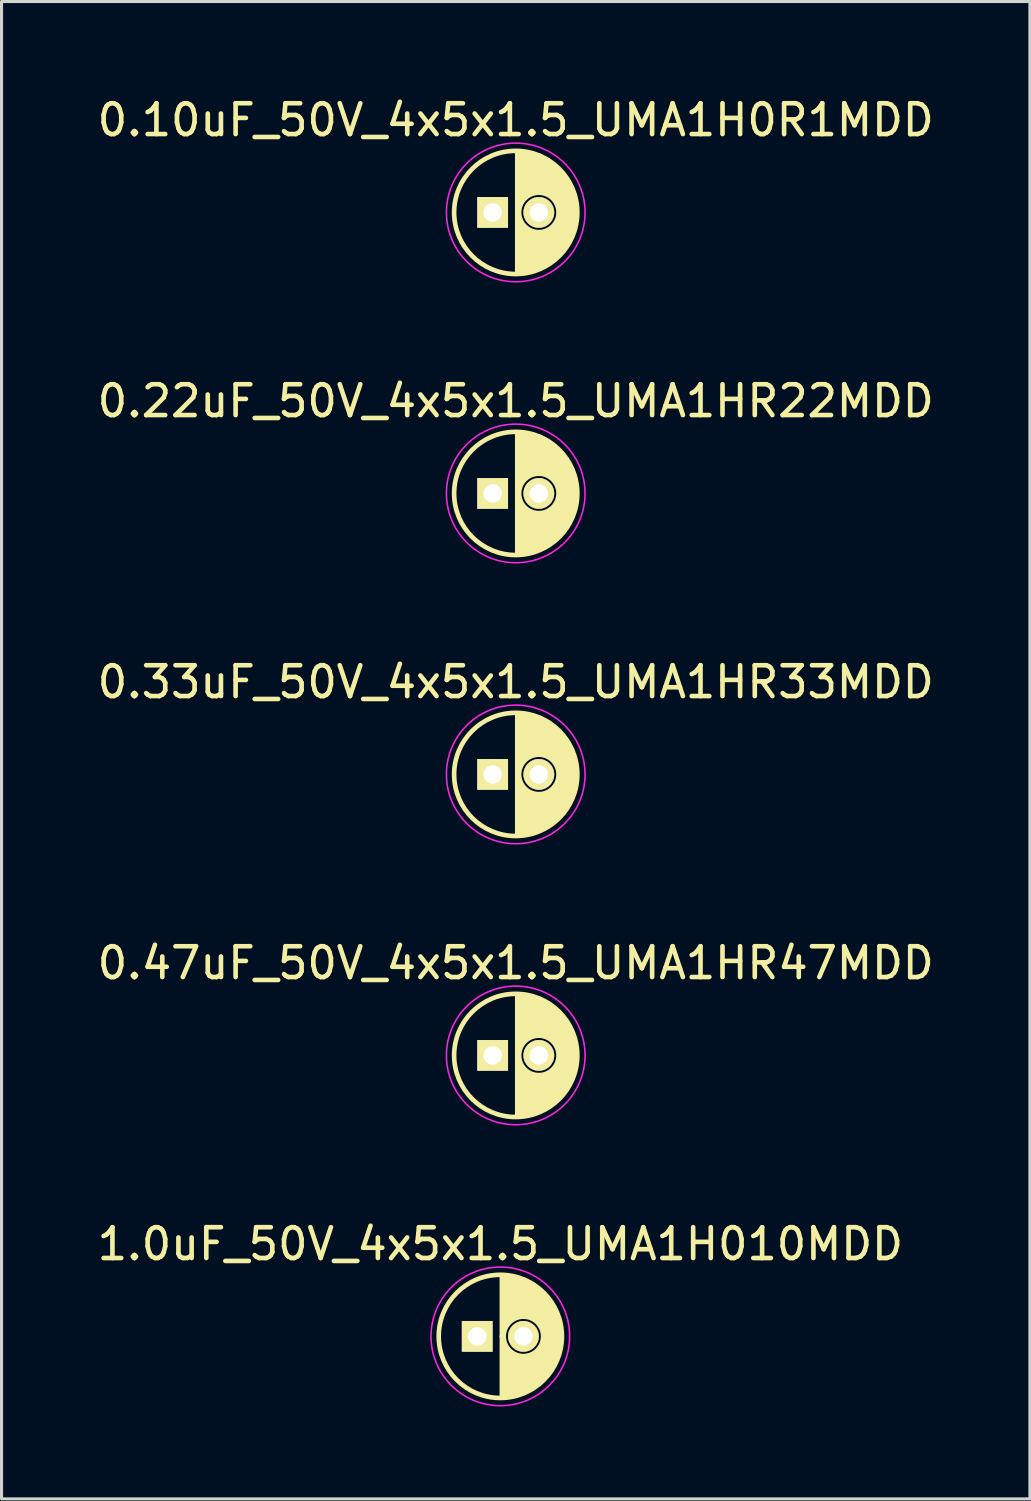
<source format=kicad_pcb>
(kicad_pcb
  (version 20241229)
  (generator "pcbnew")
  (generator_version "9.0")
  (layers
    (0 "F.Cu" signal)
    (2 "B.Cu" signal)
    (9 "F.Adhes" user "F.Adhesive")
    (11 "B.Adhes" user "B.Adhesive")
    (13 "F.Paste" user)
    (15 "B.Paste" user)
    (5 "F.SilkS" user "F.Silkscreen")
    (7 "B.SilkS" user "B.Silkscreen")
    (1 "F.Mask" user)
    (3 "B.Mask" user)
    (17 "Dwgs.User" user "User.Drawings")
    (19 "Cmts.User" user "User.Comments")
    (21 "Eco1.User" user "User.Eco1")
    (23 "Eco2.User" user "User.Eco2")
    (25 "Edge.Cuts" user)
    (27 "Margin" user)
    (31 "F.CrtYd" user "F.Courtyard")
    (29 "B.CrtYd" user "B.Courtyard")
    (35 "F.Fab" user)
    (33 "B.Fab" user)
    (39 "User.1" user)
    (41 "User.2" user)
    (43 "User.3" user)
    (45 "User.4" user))
  (footprint "0.10uF_50V_4x5x1.5_UMA1H0R1MDD"
    (layer "F.Cu")
    (at 13.696 3.848)
    (property "Reference" "0.10uF_50V_4x5x1.5_UMA1H0R1MDD" (at 0 -3 0) (layer "F.SilkS") (effects (font (size 1 1) (thickness 0.15))))
    (attr through_hole)
    (fp_line (start 0.05 0) (end 0.05 -1.95) (stroke (width 0.15) (type solid)) (layer "F.SilkS"))
    (fp_line (start 0.05 0) (end 0.05 1.95) (stroke (width 0.15) (type solid)) (layer "F.SilkS"))
    (fp_line (start 0.15 -1.95) (end 0.15 -0.35) (stroke (width 0.15) (type solid)) (layer "F.SilkS"))
    (fp_line (start 0.15 0.3) (end 0.15 1.95) (stroke (width 0.15) (type solid)) (layer "F.SilkS"))
    (fp_line (start 0.25 -0.5) (end 0.25 -1.9) (stroke (width 0.15) (type solid)) (layer "F.SilkS"))
    (fp_line (start 0.25 1.95) (end 0.25 0.45) (stroke (width 0.15) (type solid)) (layer "F.SilkS"))
    (fp_line (start 0.35 -1.95) (end 0.35 -0.55) (stroke (width 0.15) (type solid)) (layer "F.SilkS"))
    (fp_line (start 0.35 0.55) (end 0.35 1.95) (stroke (width 0.15) (type solid)) (layer "F.SilkS"))
    (fp_line (start 0.45 -0.6) (end 0.45 -1.9) (stroke (width 0.15) (type solid)) (layer "F.SilkS"))
    (fp_line (start 0.45 1.9) (end 0.45 0.6) (stroke (width 0.15) (type solid)) (layer "F.SilkS"))
    (fp_line (start 0.55 -1.9) (end 0.55 -0.7) (stroke (width 0.15) (type solid)) (layer "F.SilkS"))
    (fp_line (start 0.55 0.65) (end 0.55 1.85) (stroke (width 0.15) (type solid)) (layer "F.SilkS"))
    (fp_line (start 0.65 -0.65) (end 0.65 -1.85) (stroke (width 0.15) (type solid)) (layer "F.SilkS"))
    (fp_line (start 0.65 1.85) (end 0.65 0.65) (stroke (width 0.15) (type solid)) (layer "F.SilkS"))
    (fp_line (start 0.75 -1.85) (end 0.75 -0.7) (stroke (width 0.15) (type solid)) (layer "F.SilkS"))
    (fp_line (start 0.75 1.8) (end 0.75 0.7) (stroke (width 0.15) (type solid)) (layer "F.SilkS"))
    (fp_line (start 0.85 -1.8) (end 0.85 -0.7) (stroke (width 0.15) (type solid)) (layer "F.SilkS"))
    (fp_line (start 0.85 0.65) (end 0.85 1.75) (stroke (width 0.15) (type solid)) (layer "F.SilkS"))
    (fp_line (start 0.95 -0.65) (end 0.95 -1.7) (stroke (width 0.15) (type solid)) (layer "F.SilkS"))
    (fp_line (start 0.95 1.7) (end 0.95 0.7) (stroke (width 0.15) (type solid)) (layer "F.SilkS"))
    (fp_line (start 1.05 -1.7) (end 1.05 -0.6) (stroke (width 0.15) (type solid)) (layer "F.SilkS"))
    (fp_line (start 1.05 0.6) (end 1.05 1.65) (stroke (width 0.15) (type solid)) (layer "F.SilkS"))
    (fp_line (start 1.15 -0.55) (end 1.15 -1.6) (stroke (width 0.15) (type solid)) (layer "F.SilkS"))
    (fp_line (start 1.15 1.6) (end 1.15 0.55) (stroke (width 0.15) (type solid)) (layer "F.SilkS"))
    (fp_line (start 1.25 -1.5) (end 1.25 -0.5) (stroke (width 0.15) (type solid)) (layer "F.SilkS"))
    (fp_line (start 1.25 0.45) (end 1.25 1.5) (stroke (width 0.15) (type solid)) (layer "F.SilkS"))
    (fp_line (start 1.35 -0.3) (end 1.35 -1.4) (stroke (width 0.15) (type solid)) (layer "F.SilkS"))
    (fp_line (start 1.35 1.45) (end 1.35 0.3) (stroke (width 0.15) (type solid)) (layer "F.SilkS"))
    (fp_line (start 1.45 1.35) (end 1.45 -1.3) (stroke (width 0.15) (type solid)) (layer "F.SilkS"))
    (fp_line (start 1.55 -1.2) (end 1.55 1.2) (stroke (width 0.15) (type solid)) (layer "F.SilkS"))
    (fp_line (start 1.65 1.1) (end 1.65 -1.05) (stroke (width 0.15) (type solid)) (layer "F.SilkS"))
    (fp_line (start 1.75 -0.85) (end 1.75 0.85) (stroke (width 0.15) (type solid)) (layer "F.SilkS"))
    (fp_line (start 1.85 0.65) (end 1.85 -0.65) (stroke (width 0.15) (type solid)) (layer "F.SilkS"))
    (fp_line (start 1.95 -0.2) (end 1.95 0.25) (stroke (width 0.15) (type solid)) (layer "F.SilkS"))
    (fp_circle (center 0 0) (end 0 2) (stroke (width 0.15) (type solid)) (fill no) (layer "F.SilkS"))
    (fp_circle (center 0.75 0) (end 1.15 0.5) (stroke (width 0.15) (type solid)) (fill no) (layer "F.SilkS"))
    (fp_circle (center 0 0) (end 0.05 2.25) (stroke (width 0.05) (type solid)) (fill no) (layer "F.CrtYd"))
    (pad "1" thru_hole rect (at -0.75 0) (size 1 1) (drill 0.6) (layers "*.Cu" "*.Mask" "F.SilkS"))
    (pad "2" thru_hole circle (at 0.75 0) (size 1 1) (drill 0.6) (layers "*.Cu" "*.Mask" "F.SilkS")))
  (footprint "1.0uF_50V_4x5x1.5_UMA1H010MDD"
    (layer "F.Cu")
    (at 13.196 40.343)
    (property "Reference" "1.0uF_50V_4x5x1.5_UMA1H010MDD" (at 0 -3 0) (layer "F.SilkS") (effects (font (size 1 1) (thickness 0.15))))
    (attr through_hole)
    (fp_line (start 0.05 0) (end 0.05 -1.95) (stroke (width 0.15) (type solid)) (layer "F.SilkS"))
    (fp_line (start 0.05 0) (end 0.05 1.95) (stroke (width 0.15) (type solid)) (layer "F.SilkS"))
    (fp_line (start 0.15 -1.95) (end 0.15 -0.35) (stroke (width 0.15) (type solid)) (layer "F.SilkS"))
    (fp_line (start 0.15 0.3) (end 0.15 1.95) (stroke (width 0.15) (type solid)) (layer "F.SilkS"))
    (fp_line (start 0.25 -0.5) (end 0.25 -1.9) (stroke (width 0.15) (type solid)) (layer "F.SilkS"))
    (fp_line (start 0.25 1.95) (end 0.25 0.45) (stroke (width 0.15) (type solid)) (layer "F.SilkS"))
    (fp_line (start 0.35 -1.95) (end 0.35 -0.55) (stroke (width 0.15) (type solid)) (layer "F.SilkS"))
    (fp_line (start 0.35 0.55) (end 0.35 1.95) (stroke (width 0.15) (type solid)) (layer "F.SilkS"))
    (fp_line (start 0.45 -0.6) (end 0.45 -1.9) (stroke (width 0.15) (type solid)) (layer "F.SilkS"))
    (fp_line (start 0.45 1.9) (end 0.45 0.6) (stroke (width 0.15) (type solid)) (layer "F.SilkS"))
    (fp_line (start 0.55 -1.9) (end 0.55 -0.7) (stroke (width 0.15) (type solid)) (layer "F.SilkS"))
    (fp_line (start 0.55 0.65) (end 0.55 1.85) (stroke (width 0.15) (type solid)) (layer "F.SilkS"))
    (fp_line (start 0.65 -0.65) (end 0.65 -1.85) (stroke (width 0.15) (type solid)) (layer "F.SilkS"))
    (fp_line (start 0.65 1.85) (end 0.65 0.65) (stroke (width 0.15) (type solid)) (layer "F.SilkS"))
    (fp_line (start 0.75 -1.85) (end 0.75 -0.7) (stroke (width 0.15) (type solid)) (layer "F.SilkS"))
    (fp_line (start 0.75 1.8) (end 0.75 0.7) (stroke (width 0.15) (type solid)) (layer "F.SilkS"))
    (fp_line (start 0.85 -1.8) (end 0.85 -0.7) (stroke (width 0.15) (type solid)) (layer "F.SilkS"))
    (fp_line (start 0.85 0.65) (end 0.85 1.75) (stroke (width 0.15) (type solid)) (layer "F.SilkS"))
    (fp_line (start 0.95 -0.65) (end 0.95 -1.7) (stroke (width 0.15) (type solid)) (layer "F.SilkS"))
    (fp_line (start 0.95 1.7) (end 0.95 0.7) (stroke (width 0.15) (type solid)) (layer "F.SilkS"))
    (fp_line (start 1.05 -1.7) (end 1.05 -0.6) (stroke (width 0.15) (type solid)) (layer "F.SilkS"))
    (fp_line (start 1.05 0.6) (end 1.05 1.65) (stroke (width 0.15) (type solid)) (layer "F.SilkS"))
    (fp_line (start 1.15 -0.55) (end 1.15 -1.6) (stroke (width 0.15) (type solid)) (layer "F.SilkS"))
    (fp_line (start 1.15 1.6) (end 1.15 0.55) (stroke (width 0.15) (type solid)) (layer "F.SilkS"))
    (fp_line (start 1.25 -1.5) (end 1.25 -0.5) (stroke (width 0.15) (type solid)) (layer "F.SilkS"))
    (fp_line (start 1.25 0.45) (end 1.25 1.5) (stroke (width 0.15) (type solid)) (layer "F.SilkS"))
    (fp_line (start 1.35 -0.3) (end 1.35 -1.4) (stroke (width 0.15) (type solid)) (layer "F.SilkS"))
    (fp_line (start 1.35 1.45) (end 1.35 0.3) (stroke (width 0.15) (type solid)) (layer "F.SilkS"))
    (fp_line (start 1.45 1.35) (end 1.45 -1.3) (stroke (width 0.15) (type solid)) (layer "F.SilkS"))
    (fp_line (start 1.55 -1.2) (end 1.55 1.2) (stroke (width 0.15) (type solid)) (layer "F.SilkS"))
    (fp_line (start 1.65 1.1) (end 1.65 -1.05) (stroke (width 0.15) (type solid)) (layer "F.SilkS"))
    (fp_line (start 1.75 -0.85) (end 1.75 0.85) (stroke (width 0.15) (type solid)) (layer "F.SilkS"))
    (fp_line (start 1.85 0.65) (end 1.85 -0.65) (stroke (width 0.15) (type solid)) (layer "F.SilkS"))
    (fp_line (start 1.95 -0.2) (end 1.95 0.25) (stroke (width 0.15) (type solid)) (layer "F.SilkS"))
    (fp_circle (center 0 0) (end 0 2) (stroke (width 0.15) (type solid)) (fill no) (layer "F.SilkS"))
    (fp_circle (center 0.75 0) (end 1.15 0.5) (stroke (width 0.15) (type solid)) (fill no) (layer "F.SilkS"))
    (fp_circle (center 0 0) (end 0.05 2.25) (stroke (width 0.05) (type solid)) (fill no) (layer "F.CrtYd"))
    (pad "1" thru_hole rect (at -0.75 0) (size 1 1) (drill 0.6) (layers "*.Cu" "*.Mask" "F.SilkS"))
    (pad "2" thru_hole circle (at 0.75 0) (size 1 1) (drill 0.6) (layers "*.Cu" "*.Mask" "F.SilkS")))
  (footprint "0.22uF_50V_4x5x1.5_UMA1HR22MDD"
    (layer "F.Cu")
    (at 13.696 12.972)
    (property "Reference" "0.22uF_50V_4x5x1.5_UMA1HR22MDD" (at 0 -3 0) (layer "F.SilkS") (effects (font (size 1 1) (thickness 0.15))))
    (attr through_hole)
    (fp_line (start 0.05 0) (end 0.05 -1.95) (stroke (width 0.15) (type solid)) (layer "F.SilkS"))
    (fp_line (start 0.05 0) (end 0.05 1.95) (stroke (width 0.15) (type solid)) (layer "F.SilkS"))
    (fp_line (start 0.15 -1.95) (end 0.15 -0.35) (stroke (width 0.15) (type solid)) (layer "F.SilkS"))
    (fp_line (start 0.15 0.3) (end 0.15 1.95) (stroke (width 0.15) (type solid)) (layer "F.SilkS"))
    (fp_line (start 0.25 -0.5) (end 0.25 -1.9) (stroke (width 0.15) (type solid)) (layer "F.SilkS"))
    (fp_line (start 0.25 1.95) (end 0.25 0.45) (stroke (width 0.15) (type solid)) (layer "F.SilkS"))
    (fp_line (start 0.35 -1.95) (end 0.35 -0.55) (stroke (width 0.15) (type solid)) (layer "F.SilkS"))
    (fp_line (start 0.35 0.55) (end 0.35 1.95) (stroke (width 0.15) (type solid)) (layer "F.SilkS"))
    (fp_line (start 0.45 -0.6) (end 0.45 -1.9) (stroke (width 0.15) (type solid)) (layer "F.SilkS"))
    (fp_line (start 0.45 1.9) (end 0.45 0.6) (stroke (width 0.15) (type solid)) (layer "F.SilkS"))
    (fp_line (start 0.55 -1.9) (end 0.55 -0.7) (stroke (width 0.15) (type solid)) (layer "F.SilkS"))
    (fp_line (start 0.55 0.65) (end 0.55 1.85) (stroke (width 0.15) (type solid)) (layer "F.SilkS"))
    (fp_line (start 0.65 -0.65) (end 0.65 -1.85) (stroke (width 0.15) (type solid)) (layer "F.SilkS"))
    (fp_line (start 0.65 1.85) (end 0.65 0.65) (stroke (width 0.15) (type solid)) (layer "F.SilkS"))
    (fp_line (start 0.75 -1.85) (end 0.75 -0.7) (stroke (width 0.15) (type solid)) (layer "F.SilkS"))
    (fp_line (start 0.75 1.8) (end 0.75 0.7) (stroke (width 0.15) (type solid)) (layer "F.SilkS"))
    (fp_line (start 0.85 -1.8) (end 0.85 -0.7) (stroke (width 0.15) (type solid)) (layer "F.SilkS"))
    (fp_line (start 0.85 0.65) (end 0.85 1.75) (stroke (width 0.15) (type solid)) (layer "F.SilkS"))
    (fp_line (start 0.95 -0.65) (end 0.95 -1.7) (stroke (width 0.15) (type solid)) (layer "F.SilkS"))
    (fp_line (start 0.95 1.7) (end 0.95 0.7) (stroke (width 0.15) (type solid)) (layer "F.SilkS"))
    (fp_line (start 1.05 -1.7) (end 1.05 -0.6) (stroke (width 0.15) (type solid)) (layer "F.SilkS"))
    (fp_line (start 1.05 0.6) (end 1.05 1.65) (stroke (width 0.15) (type solid)) (layer "F.SilkS"))
    (fp_line (start 1.15 -0.55) (end 1.15 -1.6) (stroke (width 0.15) (type solid)) (layer "F.SilkS"))
    (fp_line (start 1.15 1.6) (end 1.15 0.55) (stroke (width 0.15) (type solid)) (layer "F.SilkS"))
    (fp_line (start 1.25 -1.5) (end 1.25 -0.5) (stroke (width 0.15) (type solid)) (layer "F.SilkS"))
    (fp_line (start 1.25 0.45) (end 1.25 1.5) (stroke (width 0.15) (type solid)) (layer "F.SilkS"))
    (fp_line (start 1.35 -0.3) (end 1.35 -1.4) (stroke (width 0.15) (type solid)) (layer "F.SilkS"))
    (fp_line (start 1.35 1.45) (end 1.35 0.3) (stroke (width 0.15) (type solid)) (layer "F.SilkS"))
    (fp_line (start 1.45 1.35) (end 1.45 -1.3) (stroke (width 0.15) (type solid)) (layer "F.SilkS"))
    (fp_line (start 1.55 -1.2) (end 1.55 1.2) (stroke (width 0.15) (type solid)) (layer "F.SilkS"))
    (fp_line (start 1.65 1.1) (end 1.65 -1.05) (stroke (width 0.15) (type solid)) (layer "F.SilkS"))
    (fp_line (start 1.75 -0.85) (end 1.75 0.85) (stroke (width 0.15) (type solid)) (layer "F.SilkS"))
    (fp_line (start 1.85 0.65) (end 1.85 -0.65) (stroke (width 0.15) (type solid)) (layer "F.SilkS"))
    (fp_line (start 1.95 -0.2) (end 1.95 0.25) (stroke (width 0.15) (type solid)) (layer "F.SilkS"))
    (fp_circle (center 0 0) (end 0 2) (stroke (width 0.15) (type solid)) (fill no) (layer "F.SilkS"))
    (fp_circle (center 0.75 0) (end 1.15 0.5) (stroke (width 0.15) (type solid)) (fill no) (layer "F.SilkS"))
    (fp_circle (center 0 0) (end 0.05 2.25) (stroke (width 0.05) (type solid)) (fill no) (layer "F.CrtYd"))
    (pad "1" thru_hole rect (at -0.75 0) (size 1 1) (drill 0.6) (layers "*.Cu" "*.Mask" "F.SilkS"))
    (pad "2" thru_hole circle (at 0.75 0) (size 1 1) (drill 0.6) (layers "*.Cu" "*.Mask" "F.SilkS")))
  (footprint "0.33uF_50V_4x5x1.5_UMA1HR33MDD"
    (layer "F.Cu")
    (at 13.696 22.096)
    (property "Reference" "0.33uF_50V_4x5x1.5_UMA1HR33MDD" (at 0 -3 0) (layer "F.SilkS") (effects (font (size 1 1) (thickness 0.15))))
    (attr through_hole)
    (fp_line (start 0.05 0) (end 0.05 -1.95) (stroke (width 0.15) (type solid)) (layer "F.SilkS"))
    (fp_line (start 0.05 0) (end 0.05 1.95) (stroke (width 0.15) (type solid)) (layer "F.SilkS"))
    (fp_line (start 0.15 -1.95) (end 0.15 -0.35) (stroke (width 0.15) (type solid)) (layer "F.SilkS"))
    (fp_line (start 0.15 0.3) (end 0.15 1.95) (stroke (width 0.15) (type solid)) (layer "F.SilkS"))
    (fp_line (start 0.25 -0.5) (end 0.25 -1.9) (stroke (width 0.15) (type solid)) (layer "F.SilkS"))
    (fp_line (start 0.25 1.95) (end 0.25 0.45) (stroke (width 0.15) (type solid)) (layer "F.SilkS"))
    (fp_line (start 0.35 -1.95) (end 0.35 -0.55) (stroke (width 0.15) (type solid)) (layer "F.SilkS"))
    (fp_line (start 0.35 0.55) (end 0.35 1.95) (stroke (width 0.15) (type solid)) (layer "F.SilkS"))
    (fp_line (start 0.45 -0.6) (end 0.45 -1.9) (stroke (width 0.15) (type solid)) (layer "F.SilkS"))
    (fp_line (start 0.45 1.9) (end 0.45 0.6) (stroke (width 0.15) (type solid)) (layer "F.SilkS"))
    (fp_line (start 0.55 -1.9) (end 0.55 -0.7) (stroke (width 0.15) (type solid)) (layer "F.SilkS"))
    (fp_line (start 0.55 0.65) (end 0.55 1.85) (stroke (width 0.15) (type solid)) (layer "F.SilkS"))
    (fp_line (start 0.65 -0.65) (end 0.65 -1.85) (stroke (width 0.15) (type solid)) (layer "F.SilkS"))
    (fp_line (start 0.65 1.85) (end 0.65 0.65) (stroke (width 0.15) (type solid)) (layer "F.SilkS"))
    (fp_line (start 0.75 -1.85) (end 0.75 -0.7) (stroke (width 0.15) (type solid)) (layer "F.SilkS"))
    (fp_line (start 0.75 1.8) (end 0.75 0.7) (stroke (width 0.15) (type solid)) (layer "F.SilkS"))
    (fp_line (start 0.85 -1.8) (end 0.85 -0.7) (stroke (width 0.15) (type solid)) (layer "F.SilkS"))
    (fp_line (start 0.85 0.65) (end 0.85 1.75) (stroke (width 0.15) (type solid)) (layer "F.SilkS"))
    (fp_line (start 0.95 -0.65) (end 0.95 -1.7) (stroke (width 0.15) (type solid)) (layer "F.SilkS"))
    (fp_line (start 0.95 1.7) (end 0.95 0.7) (stroke (width 0.15) (type solid)) (layer "F.SilkS"))
    (fp_line (start 1.05 -1.7) (end 1.05 -0.6) (stroke (width 0.15) (type solid)) (layer "F.SilkS"))
    (fp_line (start 1.05 0.6) (end 1.05 1.65) (stroke (width 0.15) (type solid)) (layer "F.SilkS"))
    (fp_line (start 1.15 -0.55) (end 1.15 -1.6) (stroke (width 0.15) (type solid)) (layer "F.SilkS"))
    (fp_line (start 1.15 1.6) (end 1.15 0.55) (stroke (width 0.15) (type solid)) (layer "F.SilkS"))
    (fp_line (start 1.25 -1.5) (end 1.25 -0.5) (stroke (width 0.15) (type solid)) (layer "F.SilkS"))
    (fp_line (start 1.25 0.45) (end 1.25 1.5) (stroke (width 0.15) (type solid)) (layer "F.SilkS"))
    (fp_line (start 1.35 -0.3) (end 1.35 -1.4) (stroke (width 0.15) (type solid)) (layer "F.SilkS"))
    (fp_line (start 1.35 1.45) (end 1.35 0.3) (stroke (width 0.15) (type solid)) (layer "F.SilkS"))
    (fp_line (start 1.45 1.35) (end 1.45 -1.3) (stroke (width 0.15) (type solid)) (layer "F.SilkS"))
    (fp_line (start 1.55 -1.2) (end 1.55 1.2) (stroke (width 0.15) (type solid)) (layer "F.SilkS"))
    (fp_line (start 1.65 1.1) (end 1.65 -1.05) (stroke (width 0.15) (type solid)) (layer "F.SilkS"))
    (fp_line (start 1.75 -0.85) (end 1.75 0.85) (stroke (width 0.15) (type solid)) (layer "F.SilkS"))
    (fp_line (start 1.85 0.65) (end 1.85 -0.65) (stroke (width 0.15) (type solid)) (layer "F.SilkS"))
    (fp_line (start 1.95 -0.2) (end 1.95 0.25) (stroke (width 0.15) (type solid)) (layer "F.SilkS"))
    (fp_circle (center 0 0) (end 0 2) (stroke (width 0.15) (type solid)) (fill no) (layer "F.SilkS"))
    (fp_circle (center 0.75 0) (end 1.15 0.5) (stroke (width 0.15) (type solid)) (fill no) (layer "F.SilkS"))
    (fp_circle (center 0 0) (end 0.05 2.25) (stroke (width 0.05) (type solid)) (fill no) (layer "F.CrtYd"))
    (pad "1" thru_hole rect (at -0.75 0) (size 1 1) (drill 0.6) (layers "*.Cu" "*.Mask" "F.SilkS"))
    (pad "2" thru_hole circle (at 0.75 0) (size 1 1) (drill 0.6) (layers "*.Cu" "*.Mask" "F.SilkS")))
  (footprint "0.47uF_50V_4x5x1.5_UMA1HR47MDD"
    (layer "F.Cu")
    (at 13.696 31.22)
    (property "Reference" "0.47uF_50V_4x5x1.5_UMA1HR47MDD" (at 0 -3 0) (layer "F.SilkS") (effects (font (size 1 1) (thickness 0.15))))
    (attr through_hole)
    (fp_line (start 0.05 0) (end 0.05 -1.95) (stroke (width 0.15) (type solid)) (layer "F.SilkS"))
    (fp_line (start 0.05 0) (end 0.05 1.95) (stroke (width 0.15) (type solid)) (layer "F.SilkS"))
    (fp_line (start 0.15 -1.95) (end 0.15 -0.35) (stroke (width 0.15) (type solid)) (layer "F.SilkS"))
    (fp_line (start 0.15 0.3) (end 0.15 1.95) (stroke (width 0.15) (type solid)) (layer "F.SilkS"))
    (fp_line (start 0.25 -0.5) (end 0.25 -1.9) (stroke (width 0.15) (type solid)) (layer "F.SilkS"))
    (fp_line (start 0.25 1.95) (end 0.25 0.45) (stroke (width 0.15) (type solid)) (layer "F.SilkS"))
    (fp_line (start 0.35 -1.95) (end 0.35 -0.55) (stroke (width 0.15) (type solid)) (layer "F.SilkS"))
    (fp_line (start 0.35 0.55) (end 0.35 1.95) (stroke (width 0.15) (type solid)) (layer "F.SilkS"))
    (fp_line (start 0.45 -0.6) (end 0.45 -1.9) (stroke (width 0.15) (type solid)) (layer "F.SilkS"))
    (fp_line (start 0.45 1.9) (end 0.45 0.6) (stroke (width 0.15) (type solid)) (layer "F.SilkS"))
    (fp_line (start 0.55 -1.9) (end 0.55 -0.7) (stroke (width 0.15) (type solid)) (layer "F.SilkS"))
    (fp_line (start 0.55 0.65) (end 0.55 1.85) (stroke (width 0.15) (type solid)) (layer "F.SilkS"))
    (fp_line (start 0.65 -0.65) (end 0.65 -1.85) (stroke (width 0.15) (type solid)) (layer "F.SilkS"))
    (fp_line (start 0.65 1.85) (end 0.65 0.65) (stroke (width 0.15) (type solid)) (layer "F.SilkS"))
    (fp_line (start 0.75 -1.85) (end 0.75 -0.7) (stroke (width 0.15) (type solid)) (layer "F.SilkS"))
    (fp_line (start 0.75 1.8) (end 0.75 0.7) (stroke (width 0.15) (type solid)) (layer "F.SilkS"))
    (fp_line (start 0.85 -1.8) (end 0.85 -0.7) (stroke (width 0.15) (type solid)) (layer "F.SilkS"))
    (fp_line (start 0.85 0.65) (end 0.85 1.75) (stroke (width 0.15) (type solid)) (layer "F.SilkS"))
    (fp_line (start 0.95 -0.65) (end 0.95 -1.7) (stroke (width 0.15) (type solid)) (layer "F.SilkS"))
    (fp_line (start 0.95 1.7) (end 0.95 0.7) (stroke (width 0.15) (type solid)) (layer "F.SilkS"))
    (fp_line (start 1.05 -1.7) (end 1.05 -0.6) (stroke (width 0.15) (type solid)) (layer "F.SilkS"))
    (fp_line (start 1.05 0.6) (end 1.05 1.65) (stroke (width 0.15) (type solid)) (layer "F.SilkS"))
    (fp_line (start 1.15 -0.55) (end 1.15 -1.6) (stroke (width 0.15) (type solid)) (layer "F.SilkS"))
    (fp_line (start 1.15 1.6) (end 1.15 0.55) (stroke (width 0.15) (type solid)) (layer "F.SilkS"))
    (fp_line (start 1.25 -1.5) (end 1.25 -0.5) (stroke (width 0.15) (type solid)) (layer "F.SilkS"))
    (fp_line (start 1.25 0.45) (end 1.25 1.5) (stroke (width 0.15) (type solid)) (layer "F.SilkS"))
    (fp_line (start 1.35 -0.3) (end 1.35 -1.4) (stroke (width 0.15) (type solid)) (layer "F.SilkS"))
    (fp_line (start 1.35 1.45) (end 1.35 0.3) (stroke (width 0.15) (type solid)) (layer "F.SilkS"))
    (fp_line (start 1.45 1.35) (end 1.45 -1.3) (stroke (width 0.15) (type solid)) (layer "F.SilkS"))
    (fp_line (start 1.55 -1.2) (end 1.55 1.2) (stroke (width 0.15) (type solid)) (layer "F.SilkS"))
    (fp_line (start 1.65 1.1) (end 1.65 -1.05) (stroke (width 0.15) (type solid)) (layer "F.SilkS"))
    (fp_line (start 1.75 -0.85) (end 1.75 0.85) (stroke (width 0.15) (type solid)) (layer "F.SilkS"))
    (fp_line (start 1.85 0.65) (end 1.85 -0.65) (stroke (width 0.15) (type solid)) (layer "F.SilkS"))
    (fp_line (start 1.95 -0.2) (end 1.95 0.25) (stroke (width 0.15) (type solid)) (layer "F.SilkS"))
    (fp_circle (center 0 0) (end 0 2) (stroke (width 0.15) (type solid)) (fill no) (layer "F.SilkS"))
    (fp_circle (center 0.75 0) (end 1.15 0.5) (stroke (width 0.15) (type solid)) (fill no) (layer "F.SilkS"))
    (fp_circle (center 0 0) (end 0.05 2.25) (stroke (width 0.05) (type solid)) (fill no) (layer "F.CrtYd"))
    (pad "1" thru_hole rect (at -0.75 0) (size 1 1) (drill 0.6) (layers "*.Cu" "*.Mask" "F.SilkS"))
    (pad "2" thru_hole circle (at 0.75 0) (size 1 1) (drill 0.6) (layers "*.Cu" "*.Mask" "F.SilkS")))
  (gr_rect
    (start -3 -3)
    (end 30.393 45.619)
    (stroke (width 0.1) (type default))
    (fill no)
    (layer "Edge.Cuts")))
</source>
